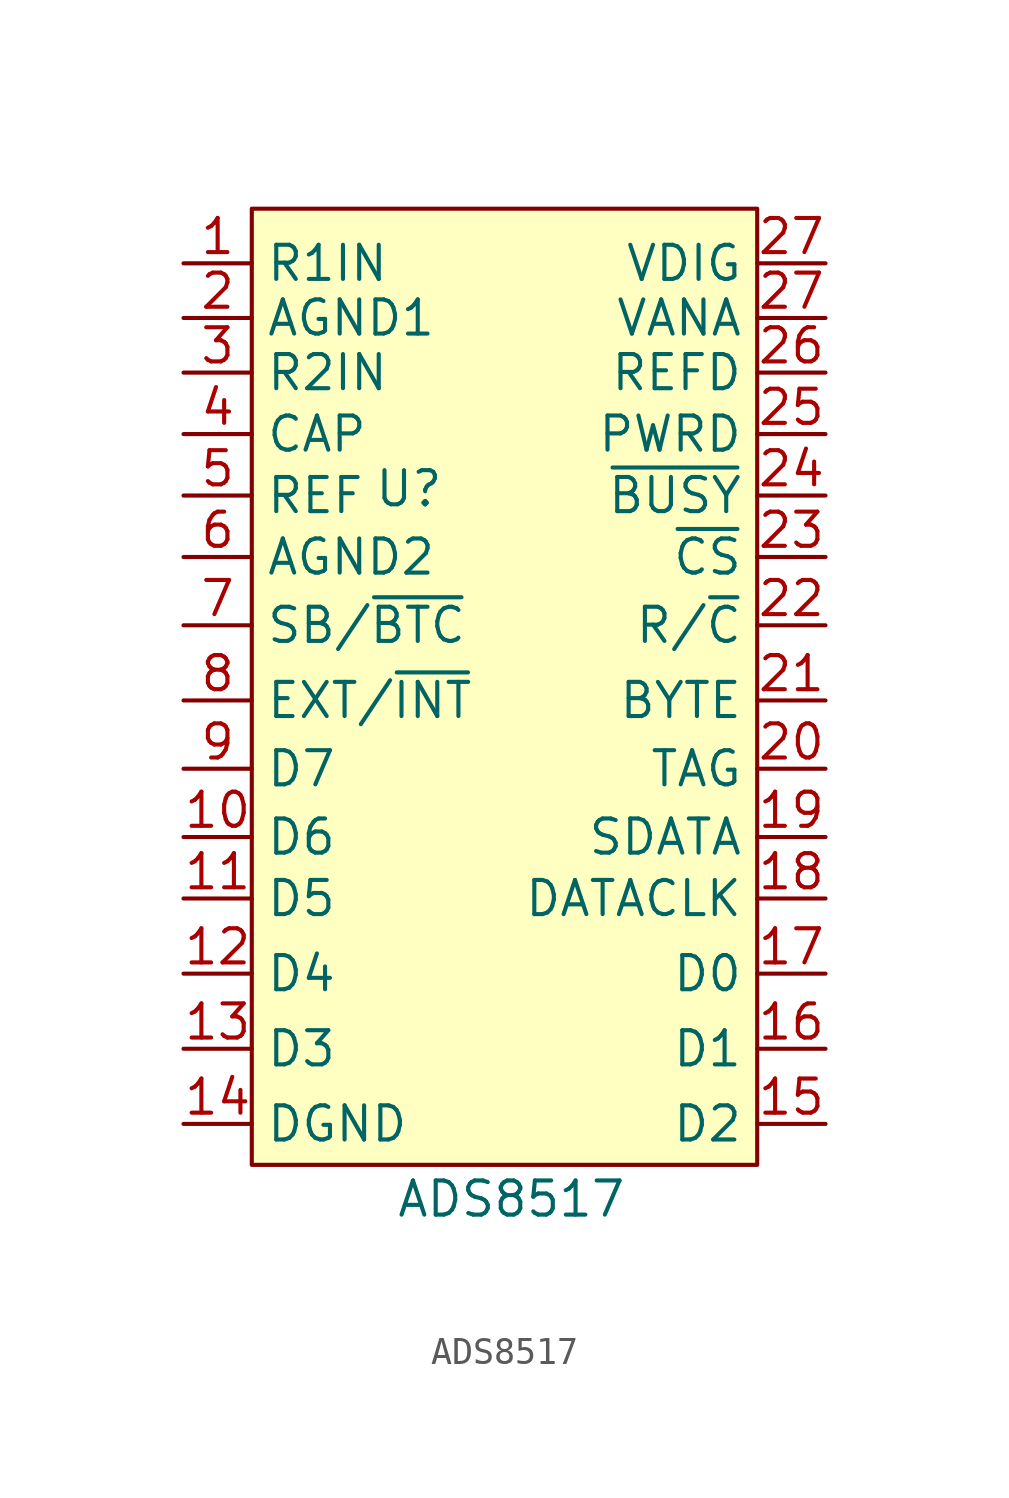
<source format=kicad_sym>
(kicad_symbol_lib
  (version 20231120)
  (generator "kicad_symbol_editor")
  (generator_version "8.0")
  (symbol "ADS8517"
    (property "Reference" "U"
      (at -0.508 19.558 0)
      (effects (font (size 1.27 1.27))))
    (property "Value" "ADS8517"
      (at 3.302 -6.858 0)
      (effects (font (size 1.27 1.27))))
    (symbol "ADS8517_1_1"
      (rectangle (start -6.35 29.972) (end 12.446 -5.588) (stroke (width 0) (type default)) (fill (type background)))
      (pin passive line (at -8.89 27.94 0) (length 2.54) (name "R1IN" (effects (font (size 1.27 1.27)))) (number "1" (effects (font (size 1.27 1.27)))))
      (pin passive line (at -8.89 6.604 0) (length 2.54) (name "D6" (effects (font (size 1.27 1.27)))) (number "10" (effects (font (size 1.27 1.27)))))
      (pin passive line (at -8.89 4.318 0) (length 2.54) (name "D5" (effects (font (size 1.27 1.27)))) (number "11" (effects (font (size 1.27 1.27)))))
      (pin passive line (at -8.89 1.524 0) (length 2.54) (name "D4" (effects (font (size 1.27 1.27)))) (number "12" (effects (font (size 1.27 1.27)))))
      (pin passive line (at -8.89 -1.27 0) (length 2.54) (name "D3" (effects (font (size 1.27 1.27)))) (number "13" (effects (font (size 1.27 1.27)))))
      (pin passive line (at -8.89 -4.064 0) (length 2.54) (name "DGND" (effects (font (size 1.27 1.27)))) (number "14" (effects (font (size 1.27 1.27)))))
      (pin passive line (at 14.986 -4.064 180) (length 2.54) (name "D2" (effects (font (size 1.27 1.27)))) (number "15" (effects (font (size 1.27 1.27)))))
      (pin passive line (at 14.986 -1.27 180) (length 2.54) (name "D1" (effects (font (size 1.27 1.27)))) (number "16" (effects (font (size 1.27 1.27)))))
      (pin passive line (at 14.986 1.524 180) (length 2.54) (name "D0" (effects (font (size 1.27 1.27)))) (number "17" (effects (font (size 1.27 1.27)))))
      (pin passive line (at 14.986 4.318 180) (length 2.54) (name "DATACLK" (effects (font (size 1.27 1.27)))) (number "18" (effects (font (size 1.27 1.27)))))
      (pin passive line (at 14.986 6.604 180) (length 2.54) (name "SDATA" (effects (font (size 1.27 1.27)))) (number "19" (effects (font (size 1.27 1.27)))))
      (pin passive line (at -8.89 25.908 0) (length 2.54) (name "AGND1" (effects (font (size 1.27 1.27)))) (number "2" (effects (font (size 1.27 1.27)))))
      (pin passive line (at 14.986 9.144 180) (length 2.54) (name "TAG" (effects (font (size 1.27 1.27)))) (number "20" (effects (font (size 1.27 1.27)))))
      (pin passive line (at 14.986 11.684 180) (length 2.54) (name "BYTE" (effects (font (size 1.27 1.27)))) (number "21" (effects (font (size 1.27 1.27)))))
      (pin passive line (at 14.986 14.478 180) (length 2.54) (name "R/~{C}" (effects (font (size 1.27 1.27)))) (number "22" (effects (font (size 1.27 1.27)))))
      (pin passive line (at 14.986 17.018 180) (length 2.54) (name "~{CS}" (effects (font (size 1.27 1.27)))) (number "23" (effects (font (size 1.27 1.27)))))
      (pin passive line (at 14.986 19.304 180) (length 2.54) (name "~{BUSY}" (effects (font (size 1.27 1.27)))) (number "24" (effects (font (size 1.27 1.27)))))
      (pin passive line (at 14.986 21.59 180) (length 2.54) (name "PWRD" (effects (font (size 1.27 1.27)))) (number "25" (effects (font (size 1.27 1.27)))))
      (pin passive line (at 14.986 23.876 180) (length 2.54) (name "REFD" (effects (font (size 1.27 1.27)))) (number "26" (effects (font (size 1.27 1.27)))))
      (pin passive line (at 14.986 25.908 180) (length 2.54) (name "VANA" (effects (font (size 1.27 1.27)))) (number "27" (effects (font (size 1.27 1.27)))))
      (pin passive line (at 14.986 27.94 180) (length 2.54) (name "VDIG" (effects (font (size 1.27 1.27)))) (number "27" (effects (font (size 1.27 1.27)))))
      (pin passive line (at -8.89 23.876 0) (length 2.54) (name "R2IN" (effects (font (size 1.27 1.27)))) (number "3" (effects (font (size 1.27 1.27)))))
      (pin passive line (at -8.89 21.59 0) (length 2.54) (name "CAP" (effects (font (size 1.27 1.27)))) (number "4" (effects (font (size 1.27 1.27)))))
      (pin passive line (at -8.89 19.304 0) (length 2.54) (name "REF" (effects (font (size 1.27 1.27)))) (number "5" (effects (font (size 1.27 1.27)))))
      (pin passive line (at -8.89 17.018 0) (length 2.54) (name "AGND2" (effects (font (size 1.27 1.27)))) (number "6" (effects (font (size 1.27 1.27)))))
      (pin passive line (at -8.89 14.478 0) (length 2.54) (name "SB/~{BTC}" (effects (font (size 1.27 1.27)))) (number "7" (effects (font (size 1.27 1.27)))))
      (pin passive line (at -8.89 11.684 0) (length 2.54) (name "EXT/~{INT}" (effects (font (size 1.27 1.27)))) (number "8" (effects (font (size 1.27 1.27)))))
      (pin passive line (at -8.89 9.144 0) (length 2.54) (name "D7" (effects (font (size 1.27 1.27)))) (number "9" (effects (font (size 1.27 1.27))))))))
</source>
